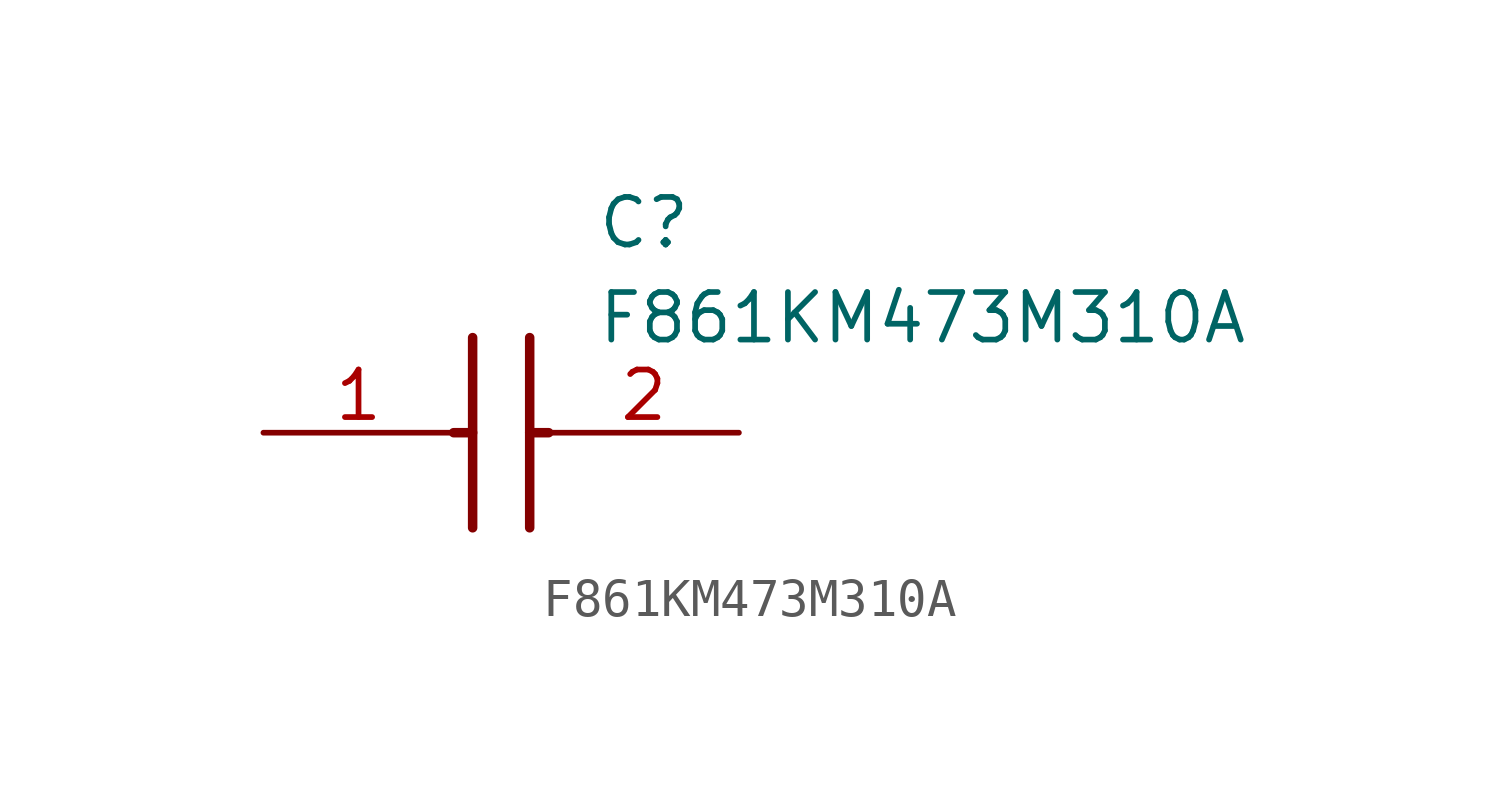
<source format=kicad_sym>
(kicad_symbol_lib
  (version 20211014)
  (generator SamacSys_ECAD_Model)
  (symbol "F861KM473M310A"
    (pin_names hide)
    (property "Reference" "C"
      (at 8.89 6.35 0)
      (effects (font (size 1.27 1.27)) (justify left top)))
    (property "Value" "F861KM473M310A"
      (at 8.89 3.81 0)
      (effects (font (size 1.27 1.27)) (justify left top)))
    (polyline
      (pts (xy 5.588 2.54) (xy 5.588 -2.54))
      (stroke (width 0.254) (type default))
      (fill (type none)))
    (polyline
      (pts (xy 7.112 2.54) (xy 7.112 -2.54))
      (stroke (width 0.254) (type default))
      (fill (type none)))
    (polyline
      (pts (xy 5.08 0) (xy 5.588 0))
      (stroke (width 0.254) (type default))
      (fill (type none)))
    (polyline
      (pts (xy 7.112 0) (xy 7.62 0))
      (stroke (width 0.254) (type default))
      (fill (type none)))
    (pin passive line
      (at 0 0 0)
      (length 5.08)
      (name "1" (effects (font (size 1.27 1.27))))
      (number "1" (effects (font (size 1.27 1.27)))))
    (pin passive line
      (at 12.7 0 180)
      (length 5.08)
      (name "2" (effects (font (size 1.27 1.27))))
      (number "2" (effects (font (size 1.27 1.27)))))))
</source>
